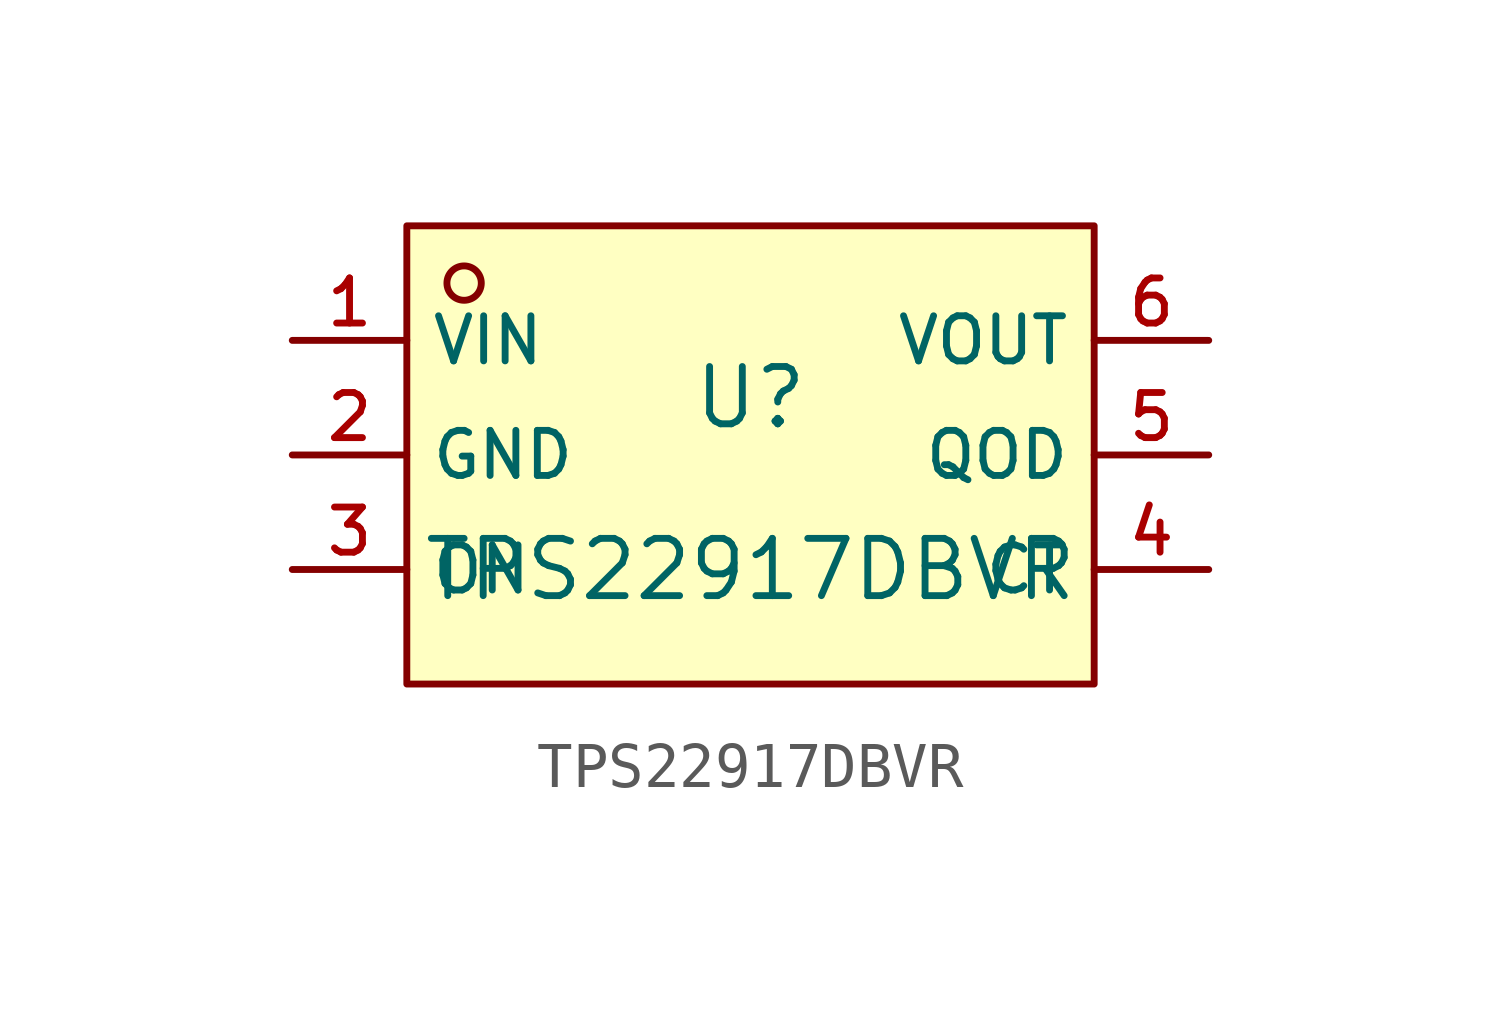
<source format=kicad_sym>
(kicad_symbol_lib
  (version 20210201)
  (generator TousstNicolas/JLC2KiCad_lib)
  (symbol "TPS22917DBVR"
    (property "Reference" "U"
      (at 0 1.27 0)
      (effects (font (size 1.27 1.27))))
    (property "Value" "TPS22917DBVR"
      (at 0 -2.54 0)
      (effects (font (size 1.27 1.27))))
    (symbol "TPS22917DBVR_0_1"
      (rectangle (start -7.62 5.08) (end 7.62 -5.08) (stroke (width 0) (type default) (color 0 0 0 0)) (fill (type background)))
      (circle (center -6.35 3.81) (radius 0.381) (stroke (width 0) (type default) (color 0 0 0 0)) (fill (type background)))
      (pin unspecified line (at -10.16 2.54 0) (length 2.54) (name "VIN" (effects (font (size 1 1)))) (number "1" (effects (font (size 1 1)))))
      (pin unspecified line (at -10.16 -0.0 0) (length 2.54) (name "GND" (effects (font (size 1 1)))) (number "2" (effects (font (size 1 1)))))
      (pin unspecified line (at -10.16 -2.54 0) (length 2.54) (name "ON" (effects (font (size 1 1)))) (number "3" (effects (font (size 1 1)))))
      (pin unspecified line (at 10.16 -2.54 180) (length 2.54) (name "CT" (effects (font (size 1 1)))) (number "4" (effects (font (size 1 1)))))
      (pin unspecified line (at 10.16 -0.0 180) (length 2.54) (name "QOD" (effects (font (size 1 1)))) (number "5" (effects (font (size 1 1)))))
      (pin unspecified line (at 10.16 2.54 180) (length 2.54) (name "VOUT" (effects (font (size 1 1)))) (number "6" (effects (font (size 1 1))))))))
</source>
